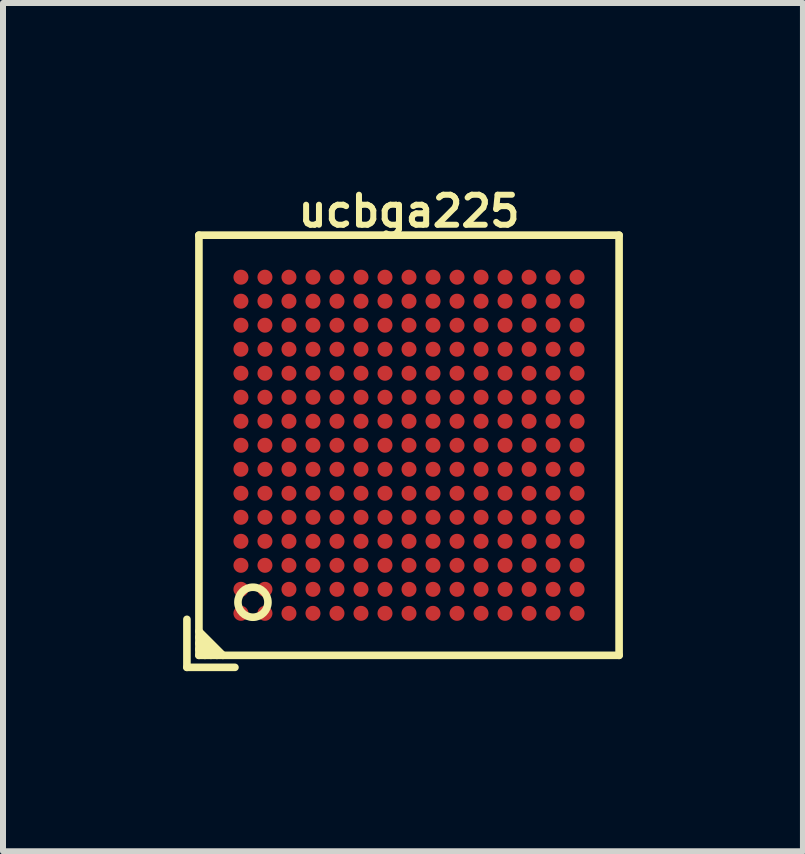
<source format=kicad_pcb>
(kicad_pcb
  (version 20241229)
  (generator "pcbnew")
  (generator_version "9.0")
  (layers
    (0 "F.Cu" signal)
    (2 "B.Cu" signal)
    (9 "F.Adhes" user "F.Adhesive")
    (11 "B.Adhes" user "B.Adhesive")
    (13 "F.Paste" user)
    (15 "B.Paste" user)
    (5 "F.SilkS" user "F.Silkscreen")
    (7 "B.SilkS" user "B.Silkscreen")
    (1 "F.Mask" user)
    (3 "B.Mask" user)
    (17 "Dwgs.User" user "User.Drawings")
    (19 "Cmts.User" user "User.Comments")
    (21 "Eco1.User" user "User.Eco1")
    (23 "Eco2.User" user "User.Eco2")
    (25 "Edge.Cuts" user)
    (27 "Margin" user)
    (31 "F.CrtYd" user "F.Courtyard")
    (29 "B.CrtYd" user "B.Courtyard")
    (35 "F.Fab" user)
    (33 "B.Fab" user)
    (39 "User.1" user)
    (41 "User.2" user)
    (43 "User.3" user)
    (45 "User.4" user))
  (footprint "ucbga225"
    (layer "F.Cu")
    (at 3.764 4.368)
    (property "Reference" "ucbga225" (at 0 -3.9 0) (layer "F.SilkS") (effects (font (size 0.5 0.5) (thickness 0.1))))
    (attr through_hole)
    (fp_line (start -3.7 2.9) (end -3.7 3.7) (stroke (width 0.127) (type solid)) (layer "F.SilkS"))
    (fp_line (start -3.7 3.7) (end -2.9 3.7) (stroke (width 0.127) (type solid)) (layer "F.SilkS"))
    (fp_line (start -3.5 -3.5) (end 3.5 -3.5) (stroke (width 0.127) (type solid)) (layer "F.SilkS"))
    (fp_line (start -3.5 3.1) (end -3.1 3.5) (stroke (width 0.127) (type solid)) (layer "F.SilkS"))
    (fp_line (start -3.5 3.2) (end -3.2 3.5) (stroke (width 0.127) (type solid)) (layer "F.SilkS"))
    (fp_line (start -3.5 3.5) (end -3.5 -3.5) (stroke (width 0.127) (type solid)) (layer "F.SilkS"))
    (fp_line (start -3.4 3.5) (end -3.5 3.4) (stroke (width 0.127) (type solid)) (layer "F.SilkS"))
    (fp_line (start -3.3 3.5) (end -3.5 3.3) (stroke (width 0.127) (type solid)) (layer "F.SilkS"))
    (fp_line (start 3.5 -3.5) (end 3.5 3.5) (stroke (width 0.127) (type solid)) (layer "F.SilkS"))
    (fp_line (start 3.5 3.5) (end -3.5 3.5) (stroke (width 0.127) (type solid)) (layer "F.SilkS"))
    (fp_circle (center -2.6 2.615) (end -2.85 2.615) (stroke (width 0.127) (type solid)) (fill no) (layer "F.SilkS"))
    (pad "A1" smd circle (at -2.8 2.8) (size 0.25 0.25) (layers "F.Cu" "F.Mask" "F.Paste"))
    (pad "A2" smd circle (at -2.8 2.4) (size 0.25 0.25) (layers "F.Cu" "F.Mask" "F.Paste"))
    (pad "A3" smd circle (at -2.8 2) (size 0.25 0.25) (layers "F.Cu" "F.Mask" "F.Paste"))
    (pad "A4" smd circle (at -2.8 1.6) (size 0.25 0.25) (layers "F.Cu" "F.Mask" "F.Paste"))
    (pad "A5" smd circle (at -2.8 1.2) (size 0.25 0.25) (layers "F.Cu" "F.Mask" "F.Paste"))
    (pad "A6" smd circle (at -2.8 0.8) (size 0.25 0.25) (layers "F.Cu" "F.Mask" "F.Paste"))
    (pad "A7" smd circle (at -2.8 0.4) (size 0.25 0.25) (layers "F.Cu" "F.Mask" "F.Paste"))
    (pad "A8" smd circle (at -2.8 0) (size 0.25 0.25) (layers "F.Cu" "F.Mask" "F.Paste"))
    (pad "A9" smd circle (at -2.8 -0.4) (size 0.25 0.25) (layers "F.Cu" "F.Mask" "F.Paste"))
    (pad "A10" smd circle (at -2.8 -0.8) (size 0.25 0.25) (layers "F.Cu" "F.Mask" "F.Paste"))
    (pad "A11" smd circle (at -2.8 -1.2) (size 0.25 0.25) (layers "F.Cu" "F.Mask" "F.Paste"))
    (pad "A12" smd circle (at -2.8 -1.6) (size 0.25 0.25) (layers "F.Cu" "F.Mask" "F.Paste"))
    (pad "A13" smd circle (at -2.8 -2) (size 0.25 0.25) (layers "F.Cu" "F.Mask" "F.Paste"))
    (pad "A14" smd circle (at -2.8 -2.4) (size 0.25 0.25) (layers "F.Cu" "F.Mask" "F.Paste"))
    (pad "A15" smd circle (at -2.8 -2.8) (size 0.25 0.25) (layers "F.Cu" "F.Mask" "F.Paste"))
    (pad "B1" smd circle (at -2.4 2.8) (size 0.25 0.25) (layers "F.Cu" "F.Mask" "F.Paste"))
    (pad "B2" smd circle (at -2.4 2.4) (size 0.25 0.25) (layers "F.Cu" "F.Mask" "F.Paste"))
    (pad "B3" smd circle (at -2.4 2) (size 0.25 0.25) (layers "F.Cu" "F.Mask" "F.Paste"))
    (pad "B4" smd circle (at -2.4 1.6) (size 0.25 0.25) (layers "F.Cu" "F.Mask" "F.Paste"))
    (pad "B5" smd circle (at -2.4 1.2) (size 0.25 0.25) (layers "F.Cu" "F.Mask" "F.Paste"))
    (pad "B6" smd circle (at -2.4 0.8) (size 0.25 0.25) (layers "F.Cu" "F.Mask" "F.Paste"))
    (pad "B7" smd circle (at -2.4 0.4) (size 0.25 0.25) (layers "F.Cu" "F.Mask" "F.Paste"))
    (pad "B8" smd circle (at -2.4 0) (size 0.25 0.25) (layers "F.Cu" "F.Mask" "F.Paste"))
    (pad "B9" smd circle (at -2.4 -0.4) (size 0.25 0.25) (layers "F.Cu" "F.Mask" "F.Paste"))
    (pad "B10" smd circle (at -2.4 -0.8) (size 0.25 0.25) (layers "F.Cu" "F.Mask" "F.Paste"))
    (pad "B11" smd circle (at -2.4 -1.2) (size 0.25 0.25) (layers "F.Cu" "F.Mask" "F.Paste"))
    (pad "B12" smd circle (at -2.4 -1.6) (size 0.25 0.25) (layers "F.Cu" "F.Mask" "F.Paste"))
    (pad "B13" smd circle (at -2.4 -2) (size 0.25 0.25) (layers "F.Cu" "F.Mask" "F.Paste"))
    (pad "B14" smd circle (at -2.4 -2.4) (size 0.25 0.25) (layers "F.Cu" "F.Mask" "F.Paste"))
    (pad "B15" smd circle (at -2.4 -2.8) (size 0.25 0.25) (layers "F.Cu" "F.Mask" "F.Paste"))
    (pad "C1" smd circle (at -2 2.8) (size 0.25 0.25) (layers "F.Cu" "F.Mask" "F.Paste"))
    (pad "C2" smd circle (at -2 2.4) (size 0.25 0.25) (layers "F.Cu" "F.Mask" "F.Paste"))
    (pad "C3" smd circle (at -2 2) (size 0.25 0.25) (layers "F.Cu" "F.Mask" "F.Paste"))
    (pad "C4" smd circle (at -2 1.6) (size 0.25 0.25) (layers "F.Cu" "F.Mask" "F.Paste"))
    (pad "C5" smd circle (at -2 1.2) (size 0.25 0.25) (layers "F.Cu" "F.Mask" "F.Paste"))
    (pad "C6" smd circle (at -2 0.8) (size 0.25 0.25) (layers "F.Cu" "F.Mask" "F.Paste"))
    (pad "C7" smd circle (at -2 0.4) (size 0.25 0.25) (layers "F.Cu" "F.Mask" "F.Paste"))
    (pad "C8" smd circle (at -2 0) (size 0.25 0.25) (layers "F.Cu" "F.Mask" "F.Paste"))
    (pad "C9" smd circle (at -2 -0.4) (size 0.25 0.25) (layers "F.Cu" "F.Mask" "F.Paste"))
    (pad "C10" smd circle (at -2 -0.8) (size 0.25 0.25) (layers "F.Cu" "F.Mask" "F.Paste"))
    (pad "C11" smd circle (at -2 -1.2) (size 0.25 0.25) (layers "F.Cu" "F.Mask" "F.Paste"))
    (pad "C12" smd circle (at -2 -1.6) (size 0.25 0.25) (layers "F.Cu" "F.Mask" "F.Paste"))
    (pad "C13" smd circle (at -2 -2) (size 0.25 0.25) (layers "F.Cu" "F.Mask" "F.Paste"))
    (pad "C14" smd circle (at -2 -2.4) (size 0.25 0.25) (layers "F.Cu" "F.Mask" "F.Paste"))
    (pad "C15" smd circle (at -2 -2.8) (size 0.25 0.25) (layers "F.Cu" "F.Mask" "F.Paste"))
    (pad "D1" smd circle (at -1.6 2.8) (size 0.25 0.25) (layers "F.Cu" "F.Mask" "F.Paste"))
    (pad "D2" smd circle (at -1.6 2.4) (size 0.25 0.25) (layers "F.Cu" "F.Mask" "F.Paste"))
    (pad "D3" smd circle (at -1.6 2) (size 0.25 0.25) (layers "F.Cu" "F.Mask" "F.Paste"))
    (pad "D4" smd circle (at -1.6 1.6) (size 0.25 0.25) (layers "F.Cu" "F.Mask" "F.Paste"))
    (pad "D5" smd circle (at -1.6 1.2) (size 0.25 0.25) (layers "F.Cu" "F.Mask" "F.Paste"))
    (pad "D6" smd circle (at -1.6 0.8) (size 0.25 0.25) (layers "F.Cu" "F.Mask" "F.Paste"))
    (pad "D7" smd circle (at -1.6 0.4) (size 0.25 0.25) (layers "F.Cu" "F.Mask" "F.Paste"))
    (pad "D8" smd circle (at -1.6 0) (size 0.25 0.25) (layers "F.Cu" "F.Mask" "F.Paste"))
    (pad "D9" smd circle (at -1.6 -0.4) (size 0.25 0.25) (layers "F.Cu" "F.Mask" "F.Paste"))
    (pad "D10" smd circle (at -1.6 -0.8) (size 0.25 0.25) (layers "F.Cu" "F.Mask" "F.Paste"))
    (pad "D11" smd circle (at -1.6 -1.2) (size 0.25 0.25) (layers "F.Cu" "F.Mask" "F.Paste"))
    (pad "D12" smd circle (at -1.6 -1.6) (size 0.25 0.25) (layers "F.Cu" "F.Mask" "F.Paste"))
    (pad "D13" smd circle (at -1.6 -2) (size 0.25 0.25) (layers "F.Cu" "F.Mask" "F.Paste"))
    (pad "D14" smd circle (at -1.6 -2.4) (size 0.25 0.25) (layers "F.Cu" "F.Mask" "F.Paste"))
    (pad "D15" smd circle (at -1.6 -2.8) (size 0.25 0.25) (layers "F.Cu" "F.Mask" "F.Paste"))
    (pad "E1" smd circle (at -1.2 2.8) (size 0.25 0.25) (layers "F.Cu" "F.Mask" "F.Paste"))
    (pad "E2" smd circle (at -1.2 2.4) (size 0.25 0.25) (layers "F.Cu" "F.Mask" "F.Paste"))
    (pad "E3" smd circle (at -1.2 2) (size 0.25 0.25) (layers "F.Cu" "F.Mask" "F.Paste"))
    (pad "E4" smd circle (at -1.2 1.6) (size 0.25 0.25) (layers "F.Cu" "F.Mask" "F.Paste"))
    (pad "E5" smd circle (at -1.2 1.2) (size 0.25 0.25) (layers "F.Cu" "F.Mask" "F.Paste"))
    (pad "E6" smd circle (at -1.2 0.8) (size 0.25 0.25) (layers "F.Cu" "F.Mask" "F.Paste"))
    (pad "E7" smd circle (at -1.2 0.4) (size 0.25 0.25) (layers "F.Cu" "F.Mask" "F.Paste"))
    (pad "E8" smd circle (at -1.2 0) (size 0.25 0.25) (layers "F.Cu" "F.Mask" "F.Paste"))
    (pad "E9" smd circle (at -1.2 -0.4) (size 0.25 0.25) (layers "F.Cu" "F.Mask" "F.Paste"))
    (pad "E10" smd circle (at -1.2 -0.8) (size 0.25 0.25) (layers "F.Cu" "F.Mask" "F.Paste"))
    (pad "E11" smd circle (at -1.2 -1.2) (size 0.25 0.25) (layers "F.Cu" "F.Mask" "F.Paste"))
    (pad "E12" smd circle (at -1.2 -1.6) (size 0.25 0.25) (layers "F.Cu" "F.Mask" "F.Paste"))
    (pad "E13" smd circle (at -1.2 -2) (size 0.25 0.25) (layers "F.Cu" "F.Mask" "F.Paste"))
    (pad "E14" smd circle (at -1.2 -2.4) (size 0.25 0.25) (layers "F.Cu" "F.Mask" "F.Paste"))
    (pad "E15" smd circle (at -1.2 -2.8) (size 0.25 0.25) (layers "F.Cu" "F.Mask" "F.Paste"))
    (pad "F1" smd circle (at -0.8 2.8) (size 0.25 0.25) (layers "F.Cu" "F.Mask" "F.Paste"))
    (pad "F2" smd circle (at -0.8 2.4) (size 0.25 0.25) (layers "F.Cu" "F.Mask" "F.Paste"))
    (pad "F3" smd circle (at -0.8 2) (size 0.25 0.25) (layers "F.Cu" "F.Mask" "F.Paste"))
    (pad "F4" smd circle (at -0.8 1.6) (size 0.25 0.25) (layers "F.Cu" "F.Mask" "F.Paste"))
    (pad "F5" smd circle (at -0.8 1.2) (size 0.25 0.25) (layers "F.Cu" "F.Mask" "F.Paste"))
    (pad "F6" smd circle (at -0.8 0.8) (size 0.25 0.25) (layers "F.Cu" "F.Mask" "F.Paste"))
    (pad "F7" smd circle (at -0.8 0.4) (size 0.25 0.25) (layers "F.Cu" "F.Mask" "F.Paste"))
    (pad "F8" smd circle (at -0.8 0) (size 0.25 0.25) (layers "F.Cu" "F.Mask" "F.Paste"))
    (pad "F9" smd circle (at -0.8 -0.4) (size 0.25 0.25) (layers "F.Cu" "F.Mask" "F.Paste"))
    (pad "F10" smd circle (at -0.8 -0.8) (size 0.25 0.25) (layers "F.Cu" "F.Mask" "F.Paste"))
    (pad "F11" smd circle (at -0.8 -1.2) (size 0.25 0.25) (layers "F.Cu" "F.Mask" "F.Paste"))
    (pad "F12" smd circle (at -0.8 -1.6) (size 0.25 0.25) (layers "F.Cu" "F.Mask" "F.Paste"))
    (pad "F13" smd circle (at -0.8 -2) (size 0.25 0.25) (layers "F.Cu" "F.Mask" "F.Paste"))
    (pad "F14" smd circle (at -0.8 -2.4) (size 0.25 0.25) (layers "F.Cu" "F.Mask" "F.Paste"))
    (pad "F15" smd circle (at -0.8 -2.8) (size 0.25 0.25) (layers "F.Cu" "F.Mask" "F.Paste"))
    (pad "G1" smd circle (at -0.4 2.8) (size 0.25 0.25) (layers "F.Cu" "F.Mask" "F.Paste"))
    (pad "G2" smd circle (at -0.4 2.4) (size 0.25 0.25) (layers "F.Cu" "F.Mask" "F.Paste"))
    (pad "G3" smd circle (at -0.4 2) (size 0.25 0.25) (layers "F.Cu" "F.Mask" "F.Paste"))
    (pad "G4" smd circle (at -0.4 1.6) (size 0.25 0.25) (layers "F.Cu" "F.Mask" "F.Paste"))
    (pad "G5" smd circle (at -0.4 1.2) (size 0.25 0.25) (layers "F.Cu" "F.Mask" "F.Paste"))
    (pad "G6" smd circle (at -0.4 0.8) (size 0.25 0.25) (layers "F.Cu" "F.Mask" "F.Paste"))
    (pad "G7" smd circle (at -0.4 0.4) (size 0.25 0.25) (layers "F.Cu" "F.Mask" "F.Paste"))
    (pad "G8" smd circle (at -0.4 0) (size 0.25 0.25) (layers "F.Cu" "F.Mask" "F.Paste"))
    (pad "G9" smd circle (at -0.4 -0.4) (size 0.25 0.25) (layers "F.Cu" "F.Mask" "F.Paste"))
    (pad "G10" smd circle (at -0.4 -0.8) (size 0.25 0.25) (layers "F.Cu" "F.Mask" "F.Paste"))
    (pad "G11" smd circle (at -0.4 -1.2) (size 0.25 0.25) (layers "F.Cu" "F.Mask" "F.Paste"))
    (pad "G12" smd circle (at -0.4 -1.6) (size 0.25 0.25) (layers "F.Cu" "F.Mask" "F.Paste"))
    (pad "G13" smd circle (at -0.4 -2) (size 0.25 0.25) (layers "F.Cu" "F.Mask" "F.Paste"))
    (pad "G14" smd circle (at -0.4 -2.4) (size 0.25 0.25) (layers "F.Cu" "F.Mask" "F.Paste"))
    (pad "G15" smd circle (at -0.4 -2.8) (size 0.25 0.25) (layers "F.Cu" "F.Mask" "F.Paste"))
    (pad "H1" smd circle (at 0 2.8) (size 0.25 0.25) (layers "F.Cu" "F.Mask" "F.Paste"))
    (pad "H2" smd circle (at 0 2.4) (size 0.25 0.25) (layers "F.Cu" "F.Mask" "F.Paste"))
    (pad "H3" smd circle (at 0 2) (size 0.25 0.25) (layers "F.Cu" "F.Mask" "F.Paste"))
    (pad "H4" smd circle (at 0 1.6) (size 0.25 0.25) (layers "F.Cu" "F.Mask" "F.Paste"))
    (pad "H5" smd circle (at 0 1.2) (size 0.25 0.25) (layers "F.Cu" "F.Mask" "F.Paste"))
    (pad "H6" smd circle (at 0 0.8) (size 0.25 0.25) (layers "F.Cu" "F.Mask" "F.Paste"))
    (pad "H7" smd circle (at 0 0.4) (size 0.25 0.25) (layers "F.Cu" "F.Mask" "F.Paste"))
    (pad "H8" smd circle (at 0 0) (size 0.25 0.25) (layers "F.Cu" "F.Mask" "F.Paste"))
    (pad "H9" smd circle (at 0 -0.4) (size 0.25 0.25) (layers "F.Cu" "F.Mask" "F.Paste"))
    (pad "H10" smd circle (at 0 -0.8) (size 0.25 0.25) (layers "F.Cu" "F.Mask" "F.Paste"))
    (pad "H11" smd circle (at 0 -1.2) (size 0.25 0.25) (layers "F.Cu" "F.Mask" "F.Paste"))
    (pad "H12" smd circle (at 0 -1.6) (size 0.25 0.25) (layers "F.Cu" "F.Mask" "F.Paste"))
    (pad "H13" smd circle (at 0 -2) (size 0.25 0.25) (layers "F.Cu" "F.Mask" "F.Paste"))
    (pad "H14" smd circle (at 0 -2.4) (size 0.25 0.25) (layers "F.Cu" "F.Mask" "F.Paste"))
    (pad "H15" smd circle (at 0 -2.8) (size 0.25 0.25) (layers "F.Cu" "F.Mask" "F.Paste"))
    (pad "J1" smd circle (at 0.4 2.8) (size 0.25 0.25) (layers "F.Cu" "F.Mask" "F.Paste"))
    (pad "J2" smd circle (at 0.4 2.4) (size 0.25 0.25) (layers "F.Cu" "F.Mask" "F.Paste"))
    (pad "J3" smd circle (at 0.4 2) (size 0.25 0.25) (layers "F.Cu" "F.Mask" "F.Paste"))
    (pad "J4" smd circle (at 0.4 1.6) (size 0.25 0.25) (layers "F.Cu" "F.Mask" "F.Paste"))
    (pad "J5" smd circle (at 0.4 1.2) (size 0.25 0.25) (layers "F.Cu" "F.Mask" "F.Paste"))
    (pad "J6" smd circle (at 0.4 0.8) (size 0.25 0.25) (layers "F.Cu" "F.Mask" "F.Paste"))
    (pad "J7" smd circle (at 0.4 0.4) (size 0.25 0.25) (layers "F.Cu" "F.Mask" "F.Paste"))
    (pad "J8" smd circle (at 0.4 0) (size 0.25 0.25) (layers "F.Cu" "F.Mask" "F.Paste"))
    (pad "J9" smd circle (at 0.4 -0.4) (size 0.25 0.25) (layers "F.Cu" "F.Mask" "F.Paste"))
    (pad "J10" smd circle (at 0.4 -0.8) (size 0.25 0.25) (layers "F.Cu" "F.Mask" "F.Paste"))
    (pad "J11" smd circle (at 0.4 -1.2) (size 0.25 0.25) (layers "F.Cu" "F.Mask" "F.Paste"))
    (pad "J12" smd circle (at 0.4 -1.6) (size 0.25 0.25) (layers "F.Cu" "F.Mask" "F.Paste"))
    (pad "J13" smd circle (at 0.4 -2) (size 0.25 0.25) (layers "F.Cu" "F.Mask" "F.Paste"))
    (pad "J14" smd circle (at 0.4 -2.4) (size 0.25 0.25) (layers "F.Cu" "F.Mask" "F.Paste"))
    (pad "J15" smd circle (at 0.4 -2.8) (size 0.25 0.25) (layers "F.Cu" "F.Mask" "F.Paste"))
    (pad "K1" smd circle (at 0.8 2.8) (size 0.25 0.25) (layers "F.Cu" "F.Mask" "F.Paste"))
    (pad "K2" smd circle (at 0.8 2.4) (size 0.25 0.25) (layers "F.Cu" "F.Mask" "F.Paste"))
    (pad "K3" smd circle (at 0.8 2) (size 0.25 0.25) (layers "F.Cu" "F.Mask" "F.Paste"))
    (pad "K4" smd circle (at 0.8 1.6) (size 0.25 0.25) (layers "F.Cu" "F.Mask" "F.Paste"))
    (pad "K5" smd circle (at 0.8 1.2) (size 0.25 0.25) (layers "F.Cu" "F.Mask" "F.Paste"))
    (pad "K6" smd circle (at 0.8 0.8) (size 0.25 0.25) (layers "F.Cu" "F.Mask" "F.Paste"))
    (pad "K7" smd circle (at 0.8 0.4) (size 0.25 0.25) (layers "F.Cu" "F.Mask" "F.Paste"))
    (pad "K8" smd circle (at 0.8 0) (size 0.25 0.25) (layers "F.Cu" "F.Mask" "F.Paste"))
    (pad "K9" smd circle (at 0.8 -0.4) (size 0.25 0.25) (layers "F.Cu" "F.Mask" "F.Paste"))
    (pad "K10" smd circle (at 0.8 -0.8) (size 0.25 0.25) (layers "F.Cu" "F.Mask" "F.Paste"))
    (pad "K11" smd circle (at 0.8 -1.2) (size 0.25 0.25) (layers "F.Cu" "F.Mask" "F.Paste"))
    (pad "K12" smd circle (at 0.8 -1.6) (size 0.25 0.25) (layers "F.Cu" "F.Mask" "F.Paste"))
    (pad "K13" smd circle (at 0.8 -2) (size 0.25 0.25) (layers "F.Cu" "F.Mask" "F.Paste"))
    (pad "K14" smd circle (at 0.8 -2.4) (size 0.25 0.25) (layers "F.Cu" "F.Mask" "F.Paste"))
    (pad "K15" smd circle (at 0.8 -2.8) (size 0.25 0.25) (layers "F.Cu" "F.Mask" "F.Paste"))
    (pad "L1" smd circle (at 1.2 2.8) (size 0.25 0.25) (layers "F.Cu" "F.Mask" "F.Paste"))
    (pad "L2" smd circle (at 1.2 2.4) (size 0.25 0.25) (layers "F.Cu" "F.Mask" "F.Paste"))
    (pad "L3" smd circle (at 1.2 2) (size 0.25 0.25) (layers "F.Cu" "F.Mask" "F.Paste"))
    (pad "L4" smd circle (at 1.2 1.6) (size 0.25 0.25) (layers "F.Cu" "F.Mask" "F.Paste"))
    (pad "L5" smd circle (at 1.2 1.2) (size 0.25 0.25) (layers "F.Cu" "F.Mask" "F.Paste"))
    (pad "L6" smd circle (at 1.2 0.8) (size 0.25 0.25) (layers "F.Cu" "F.Mask" "F.Paste"))
    (pad "L7" smd circle (at 1.2 0.4) (size 0.25 0.25) (layers "F.Cu" "F.Mask" "F.Paste"))
    (pad "L8" smd circle (at 1.2 0) (size 0.25 0.25) (layers "F.Cu" "F.Mask" "F.Paste"))
    (pad "L9" smd circle (at 1.2 -0.4) (size 0.25 0.25) (layers "F.Cu" "F.Mask" "F.Paste"))
    (pad "L10" smd circle (at 1.2 -0.8) (size 0.25 0.25) (layers "F.Cu" "F.Mask" "F.Paste"))
    (pad "L11" smd circle (at 1.2 -1.2) (size 0.25 0.25) (layers "F.Cu" "F.Mask" "F.Paste"))
    (pad "L12" smd circle (at 1.2 -1.6) (size 0.25 0.25) (layers "F.Cu" "F.Mask" "F.Paste"))
    (pad "L13" smd circle (at 1.2 -2) (size 0.25 0.25) (layers "F.Cu" "F.Mask" "F.Paste"))
    (pad "L14" smd circle (at 1.2 -2.4) (size 0.25 0.25) (layers "F.Cu" "F.Mask" "F.Paste"))
    (pad "L15" smd circle (at 1.2 -2.8) (size 0.25 0.25) (layers "F.Cu" "F.Mask" "F.Paste"))
    (pad "M1" smd circle (at 1.6 2.8) (size 0.25 0.25) (layers "F.Cu" "F.Mask" "F.Paste"))
    (pad "M2" smd circle (at 1.6 2.4) (size 0.25 0.25) (layers "F.Cu" "F.Mask" "F.Paste"))
    (pad "M3" smd circle (at 1.6 2) (size 0.25 0.25) (layers "F.Cu" "F.Mask" "F.Paste"))
    (pad "M4" smd circle (at 1.6 1.6) (size 0.25 0.25) (layers "F.Cu" "F.Mask" "F.Paste"))
    (pad "M5" smd circle (at 1.6 1.2) (size 0.25 0.25) (layers "F.Cu" "F.Mask" "F.Paste"))
    (pad "M6" smd circle (at 1.6 0.8) (size 0.25 0.25) (layers "F.Cu" "F.Mask" "F.Paste"))
    (pad "M7" smd circle (at 1.6 0.4) (size 0.25 0.25) (layers "F.Cu" "F.Mask" "F.Paste"))
    (pad "M8" smd circle (at 1.6 0) (size 0.25 0.25) (layers "F.Cu" "F.Mask" "F.Paste"))
    (pad "M9" smd circle (at 1.6 -0.4) (size 0.25 0.25) (layers "F.Cu" "F.Mask" "F.Paste"))
    (pad "M10" smd circle (at 1.6 -0.8) (size 0.25 0.25) (layers "F.Cu" "F.Mask" "F.Paste"))
    (pad "M11" smd circle (at 1.6 -1.2) (size 0.25 0.25) (layers "F.Cu" "F.Mask" "F.Paste"))
    (pad "M12" smd circle (at 1.6 -1.6) (size 0.25 0.25) (layers "F.Cu" "F.Mask" "F.Paste"))
    (pad "M13" smd circle (at 1.6 -2) (size 0.25 0.25) (layers "F.Cu" "F.Mask" "F.Paste"))
    (pad "M14" smd circle (at 1.6 -2.4) (size 0.25 0.25) (layers "F.Cu" "F.Mask" "F.Paste"))
    (pad "M15" smd circle (at 1.6 -2.8) (size 0.25 0.25) (layers "F.Cu" "F.Mask" "F.Paste"))
    (pad "N1" smd circle (at 2 2.8) (size 0.25 0.25) (layers "F.Cu" "F.Mask" "F.Paste"))
    (pad "N2" smd circle (at 2 2.4) (size 0.25 0.25) (layers "F.Cu" "F.Mask" "F.Paste"))
    (pad "N3" smd circle (at 2 2) (size 0.25 0.25) (layers "F.Cu" "F.Mask" "F.Paste"))
    (pad "N4" smd circle (at 2 1.6) (size 0.25 0.25) (layers "F.Cu" "F.Mask" "F.Paste"))
    (pad "N5" smd circle (at 2 1.2) (size 0.25 0.25) (layers "F.Cu" "F.Mask" "F.Paste"))
    (pad "N6" smd circle (at 2 0.8) (size 0.25 0.25) (layers "F.Cu" "F.Mask" "F.Paste"))
    (pad "N7" smd circle (at 2 0.4) (size 0.25 0.25) (layers "F.Cu" "F.Mask" "F.Paste"))
    (pad "N8" smd circle (at 2 0) (size 0.25 0.25) (layers "F.Cu" "F.Mask" "F.Paste"))
    (pad "N9" smd circle (at 2 -0.4) (size 0.25 0.25) (layers "F.Cu" "F.Mask" "F.Paste"))
    (pad "N10" smd circle (at 2 -0.8) (size 0.25 0.25) (layers "F.Cu" "F.Mask" "F.Paste"))
    (pad "N11" smd circle (at 2 -1.2) (size 0.25 0.25) (layers "F.Cu" "F.Mask" "F.Paste"))
    (pad "N12" smd circle (at 2 -1.6) (size 0.25 0.25) (layers "F.Cu" "F.Mask" "F.Paste"))
    (pad "N13" smd circle (at 2 -2) (size 0.25 0.25) (layers "F.Cu" "F.Mask" "F.Paste"))
    (pad "N14" smd circle (at 2 -2.4) (size 0.25 0.25) (layers "F.Cu" "F.Mask" "F.Paste"))
    (pad "N15" smd circle (at 2 -2.8) (size 0.25 0.25) (layers "F.Cu" "F.Mask" "F.Paste"))
    (pad "P1" smd circle (at 2.4 2.8) (size 0.25 0.25) (layers "F.Cu" "F.Mask" "F.Paste"))
    (pad "P2" smd circle (at 2.4 2.4) (size 0.25 0.25) (layers "F.Cu" "F.Mask" "F.Paste"))
    (pad "P3" smd circle (at 2.4 2) (size 0.25 0.25) (layers "F.Cu" "F.Mask" "F.Paste"))
    (pad "P4" smd circle (at 2.4 1.6) (size 0.25 0.25) (layers "F.Cu" "F.Mask" "F.Paste"))
    (pad "P5" smd circle (at 2.4 1.2) (size 0.25 0.25) (layers "F.Cu" "F.Mask" "F.Paste"))
    (pad "P6" smd circle (at 2.4 0.8) (size 0.25 0.25) (layers "F.Cu" "F.Mask" "F.Paste"))
    (pad "P7" smd circle (at 2.4 0.4) (size 0.25 0.25) (layers "F.Cu" "F.Mask" "F.Paste"))
    (pad "P8" smd circle (at 2.4 0) (size 0.25 0.25) (layers "F.Cu" "F.Mask" "F.Paste"))
    (pad "P9" smd circle (at 2.4 -0.4) (size 0.25 0.25) (layers "F.Cu" "F.Mask" "F.Paste"))
    (pad "P10" smd circle (at 2.4 -0.8) (size 0.25 0.25) (layers "F.Cu" "F.Mask" "F.Paste"))
    (pad "P11" smd circle (at 2.4 -1.2) (size 0.25 0.25) (layers "F.Cu" "F.Mask" "F.Paste"))
    (pad "P12" smd circle (at 2.4 -1.6) (size 0.25 0.25) (layers "F.Cu" "F.Mask" "F.Paste"))
    (pad "P13" smd circle (at 2.4 -2) (size 0.25 0.25) (layers "F.Cu" "F.Mask" "F.Paste"))
    (pad "P14" smd circle (at 2.4 -2.4) (size 0.25 0.25) (layers "F.Cu" "F.Mask" "F.Paste"))
    (pad "P15" smd circle (at 2.4 -2.8) (size 0.25 0.25) (layers "F.Cu" "F.Mask" "F.Paste"))
    (pad "R1" smd circle (at 2.8 2.8) (size 0.25 0.25) (layers "F.Cu" "F.Mask" "F.Paste"))
    (pad "R2" smd circle (at 2.8 2.4) (size 0.25 0.25) (layers "F.Cu" "F.Mask" "F.Paste"))
    (pad "R3" smd circle (at 2.8 2) (size 0.25 0.25) (layers "F.Cu" "F.Mask" "F.Paste"))
    (pad "R4" smd circle (at 2.8 1.6) (size 0.25 0.25) (layers "F.Cu" "F.Mask" "F.Paste"))
    (pad "R5" smd circle (at 2.8 1.2) (size 0.25 0.25) (layers "F.Cu" "F.Mask" "F.Paste"))
    (pad "R6" smd circle (at 2.8 0.8) (size 0.25 0.25) (layers "F.Cu" "F.Mask" "F.Paste"))
    (pad "R7" smd circle (at 2.8 0.4) (size 0.25 0.25) (layers "F.Cu" "F.Mask" "F.Paste"))
    (pad "R8" smd circle (at 2.8 0) (size 0.25 0.25) (layers "F.Cu" "F.Mask" "F.Paste"))
    (pad "R9" smd circle (at 2.8 -0.4) (size 0.25 0.25) (layers "F.Cu" "F.Mask" "F.Paste"))
    (pad "R10" smd circle (at 2.8 -0.8) (size 0.25 0.25) (layers "F.Cu" "F.Mask" "F.Paste"))
    (pad "R11" smd circle (at 2.8 -1.2) (size 0.25 0.25) (layers "F.Cu" "F.Mask" "F.Paste"))
    (pad "R12" smd circle (at 2.8 -1.6) (size 0.25 0.25) (layers "F.Cu" "F.Mask" "F.Paste"))
    (pad "R13" smd circle (at 2.8 -2) (size 0.25 0.25) (layers "F.Cu" "F.Mask" "F.Paste"))
    (pad "R14" smd circle (at 2.8 -2.4) (size 0.25 0.25) (layers "F.Cu" "F.Mask" "F.Paste"))
    (pad "R15" smd circle (at 2.8 -2.8) (size 0.25 0.25) (layers "F.Cu" "F.Mask" "F.Paste")))
  (gr_rect
    (start -3 -3)
    (end 10.327 11.132)
    (stroke (width 0.1) (type default))
    (fill no)
    (layer "Edge.Cuts")))
</source>
